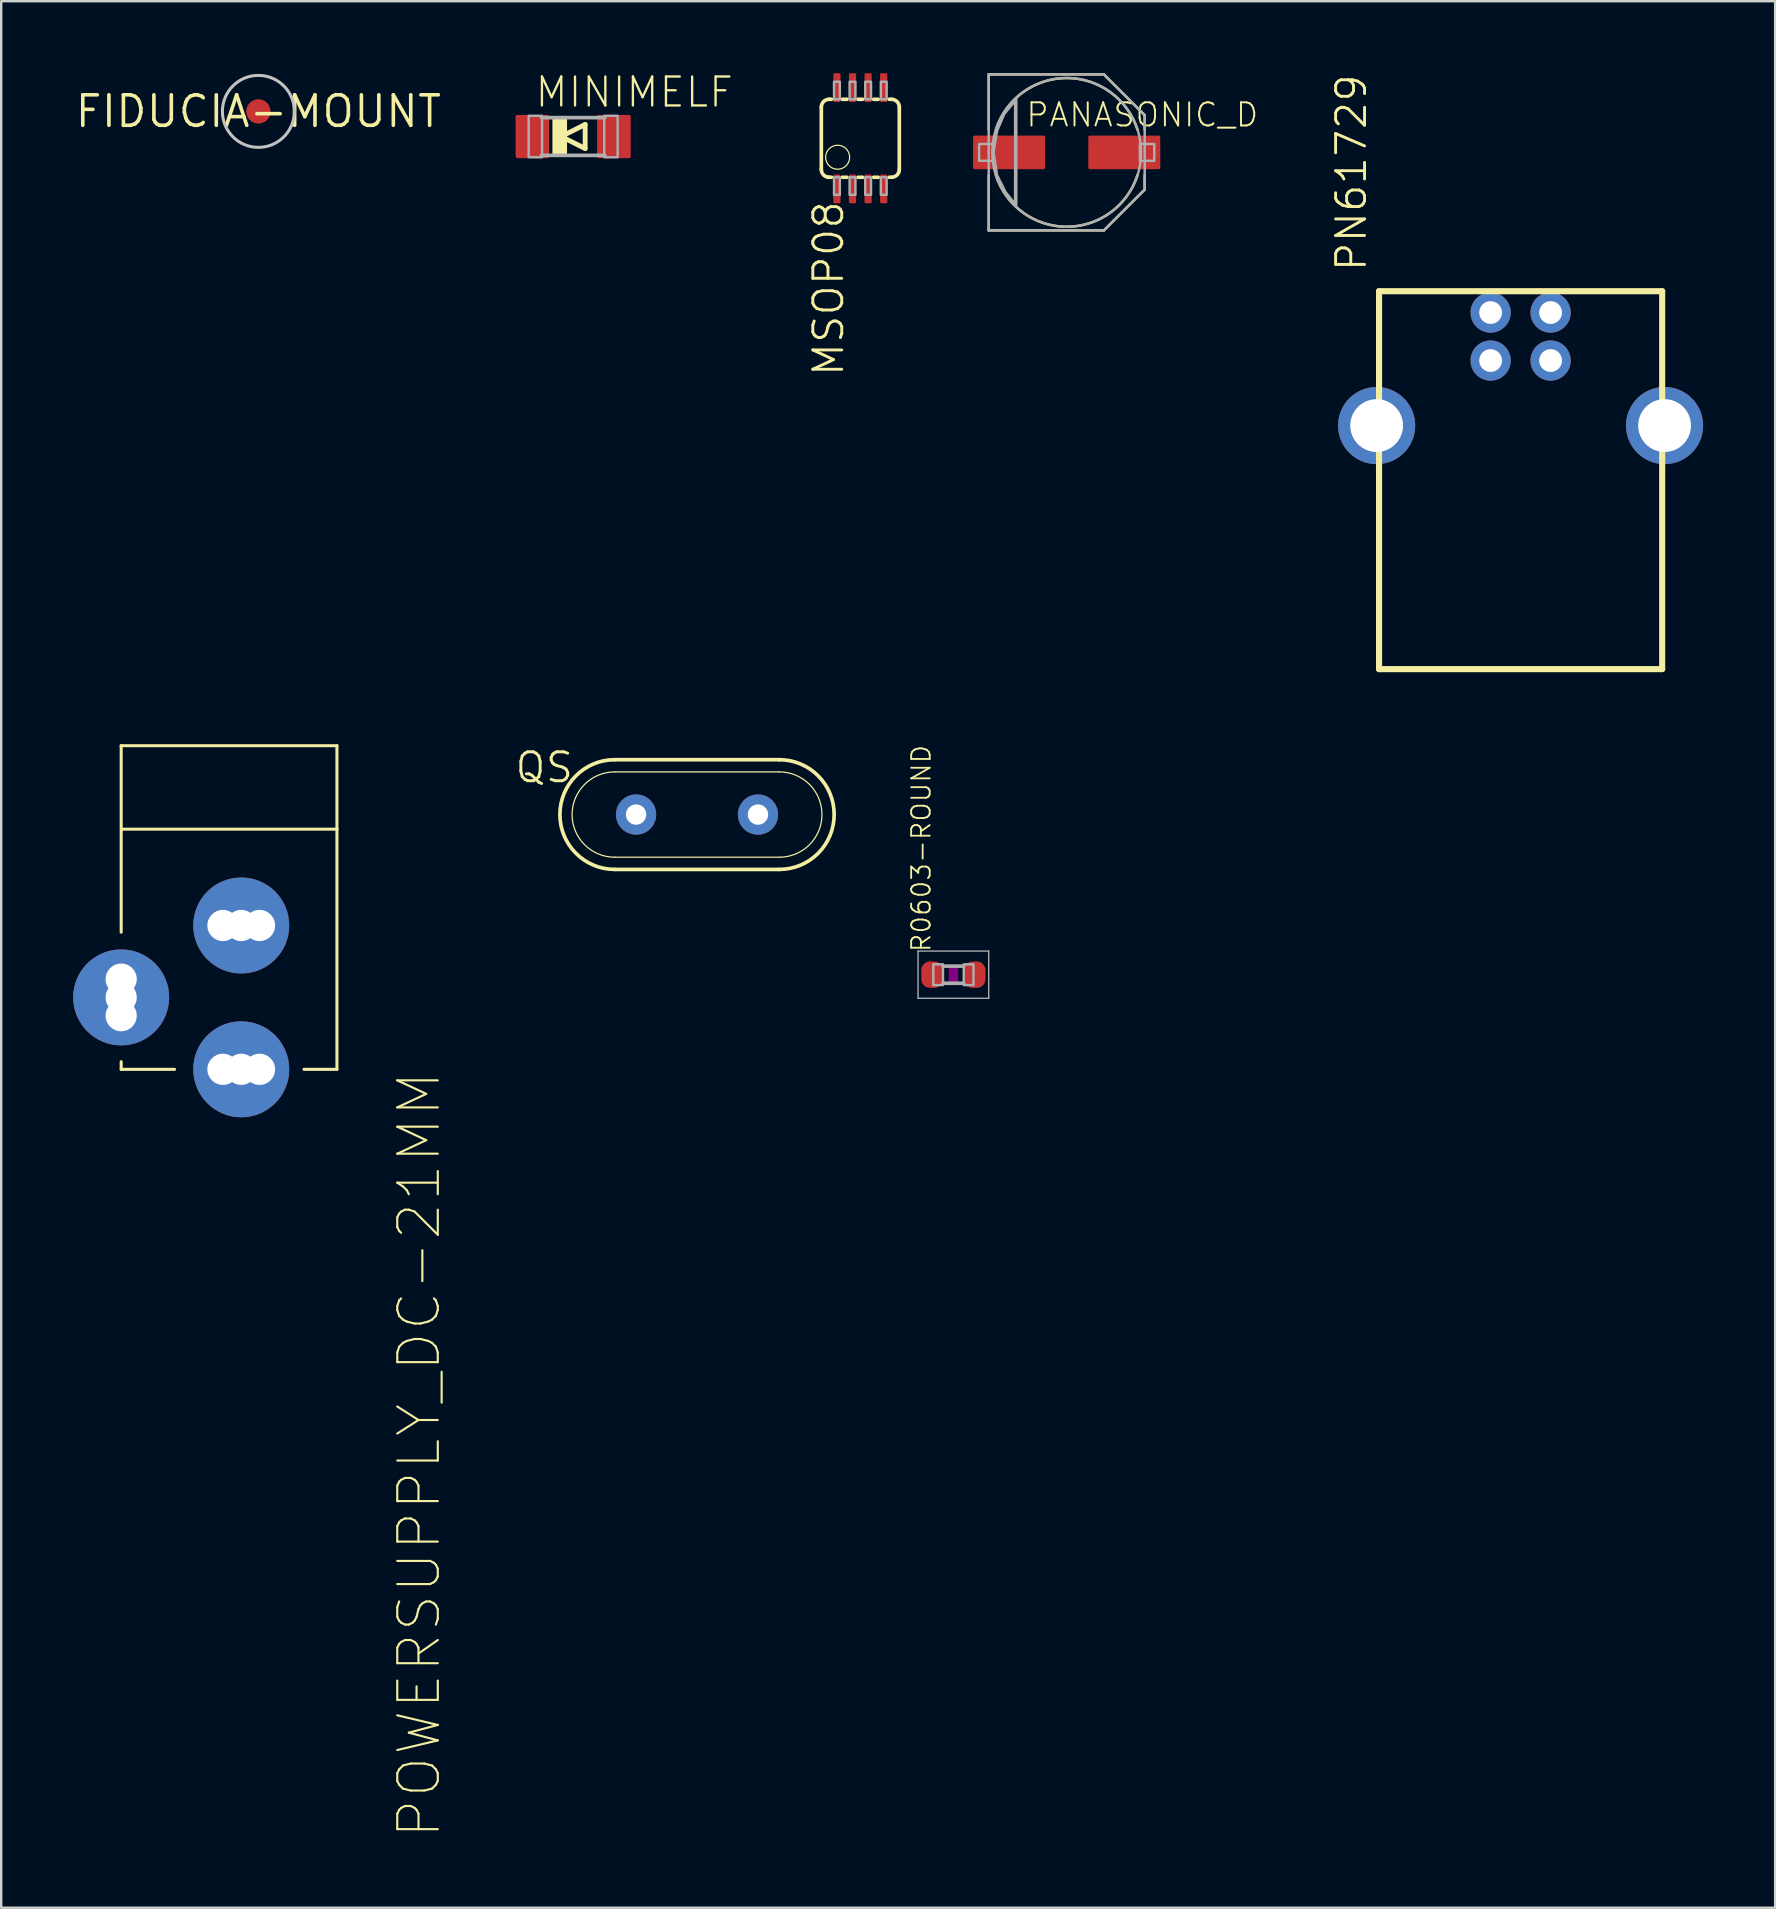
<source format=kicad_pcb>
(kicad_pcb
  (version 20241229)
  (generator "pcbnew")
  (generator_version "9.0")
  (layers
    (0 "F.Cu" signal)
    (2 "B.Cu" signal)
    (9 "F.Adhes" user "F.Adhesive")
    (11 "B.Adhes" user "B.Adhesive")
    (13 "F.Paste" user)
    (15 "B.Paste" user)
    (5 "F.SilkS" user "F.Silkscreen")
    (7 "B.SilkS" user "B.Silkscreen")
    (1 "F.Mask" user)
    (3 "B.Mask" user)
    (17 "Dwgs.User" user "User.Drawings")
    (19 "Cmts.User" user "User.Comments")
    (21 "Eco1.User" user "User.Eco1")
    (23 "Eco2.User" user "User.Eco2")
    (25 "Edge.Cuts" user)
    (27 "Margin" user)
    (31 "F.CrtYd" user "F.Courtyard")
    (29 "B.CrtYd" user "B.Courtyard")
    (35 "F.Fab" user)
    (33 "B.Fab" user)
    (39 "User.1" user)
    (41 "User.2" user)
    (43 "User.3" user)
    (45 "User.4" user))
  (footprint "R0603-ROUND"
    (layer "F.Cu")
    (at 36.683 37.57)
    (property "Reference" "R0603-ROUND" (at -0.889 -0.889 90) (layer "F.SilkS") (effects (font (size 0.772 0.772) (thickness 0.077)) (justify left bottom)))
    (attr through_hole)
    (fp_poly (pts (xy -0.2 0.4) (xy 0.2 0.4) (xy 0.2 -0.4) (xy -0.2 -0.4)) (stroke (width 0) (type solid)) (fill yes) (layer "F.Adhes"))
    (fp_line (start -1.473 -0.983) (end 1.473 -0.983) (stroke (width 0.051) (type solid)) (layer "Dwgs.User"))
    (fp_line (start -1.473 0.983) (end -1.473 -0.983) (stroke (width 0.051) (type solid)) (layer "Dwgs.User"))
    (fp_line (start 1.473 -0.983) (end 1.473 0.983) (stroke (width 0.051) (type solid)) (layer "Dwgs.User"))
    (fp_line (start 1.473 0.983) (end -1.473 0.983) (stroke (width 0.051) (type solid)) (layer "Dwgs.User"))
    (fp_line (start -0.432 0.356) (end 0.432 0.356) (stroke (width 0.152) (type solid)) (layer "F.Fab"))
    (fp_line (start 0.432 -0.356) (end -0.432 -0.356) (stroke (width 0.152) (type solid)) (layer "F.Fab"))
    (fp_poly (pts (xy -0.838 0.432) (xy -0.432 0.432) (xy -0.432 -0.432) (xy -0.838 -0.432)) (stroke (width 0.1) (type solid)) (fill no) (layer "F.Fab"))
    (fp_poly (pts (xy 0.432 0.432) (xy 0.838 0.432) (xy 0.838 -0.432) (xy 0.432 -0.432)) (stroke (width 0.1) (type solid)) (fill no) (layer "F.Fab"))
    (pad "1" smd roundrect (at -0.889 0) (size 0.898 1.1) (layers "F.Cu" "F.Mask" "F.Paste") (roundrect_rratio 0.4))
    (pad "2" smd roundrect (at 0.889 0) (size 0.898 1.1) (layers "F.Cu" "F.Mask" "F.Paste") (roundrect_rratio 0.4)))
  (footprint "FIDUCIA-MOUNT"
    (layer "F.Cu")
    (at 7.718 1.592)
    (property "Reference" "FIDUCIA-MOUNT" (at 0 0 0) (layer "F.SilkS") (effects (font (size 1.27 1.27) (thickness 0.15))))
    (attr through_hole)
    (fp_circle (center 0 0) (end 0.5 0) (stroke (width 2.184) (type solid)) (fill no) (layer "F.Mask"))
    (fp_circle (center 0 0) (end 1.5 0) (stroke (width 0.127) (type solid)) (fill no) (layer "Dwgs.User"))
    (pad "P$1" smd roundrect (at 0 0) (size 1.016 1.016) (layers "F.Cu" "F.Mask" "F.Paste") (roundrect_rratio 0.5)))
  (footprint "PANASONIC_D"
    (layer "F.Cu")
    (at 41.405 3.301)
    (property "Reference" "PANASONIC_D" (at -1.75 -1 0) (layer "F.SilkS") (effects (font (size 0.965 0.965) (thickness 0.081)) (justify left bottom)))
    (attr through_hole)
    (fp_line (start -3.25 -3.25) (end 1.55 -3.25) (stroke (width 0.102) (type solid)) (layer "F.SilkS"))
    (fp_line (start -3.25 -0.95) (end -3.25 -3.25) (stroke (width 0.102) (type solid)) (layer "F.SilkS"))
    (fp_line (start -3.25 3.25) (end -3.25 0.95) (stroke (width 0.102) (type solid)) (layer "F.SilkS"))
    (fp_line (start 1.55 -3.25) (end 3.25 -1.55) (stroke (width 0.102) (type solid)) (layer "F.SilkS"))
    (fp_line (start 1.55 3.25) (end -3.25 3.25) (stroke (width 0.102) (type solid)) (layer "F.SilkS"))
    (fp_line (start 3.25 -1.55) (end 3.25 -0.95) (stroke (width 0.102) (type solid)) (layer "F.SilkS"))
    (fp_line (start 3.25 0.95) (end 3.25 1.55) (stroke (width 0.102) (type solid)) (layer "F.SilkS"))
    (fp_line (start 3.25 1.55) (end 1.55 3.25) (stroke (width 0.102) (type solid)) (layer "F.SilkS"))
    (fp_arc (start -2.95 -0.95) (mid 0 -3.099193) (end 2.95 -0.95) (stroke (width 0.1016) (type solid)) (layer "F.SilkS"))
    (fp_arc (start 2.95 0.95) (mid 0 3.099193) (end -2.95 0.95) (stroke (width 0.1016) (type solid)) (layer "F.SilkS"))
    (fp_line (start -3.25 -3.25) (end 1.55 -3.25) (stroke (width 0.102) (type solid)) (layer "F.Fab"))
    (fp_line (start -3.25 3.25) (end -3.25 -3.25) (stroke (width 0.102) (type solid)) (layer "F.Fab"))
    (fp_line (start -2.1 -2.25) (end -2.1 2.2) (stroke (width 0.102) (type solid)) (layer "F.Fab"))
    (fp_line (start 1.55 -3.25) (end 3.25 -1.55) (stroke (width 0.102) (type solid)) (layer "F.Fab"))
    (fp_line (start 1.55 3.25) (end -3.25 3.25) (stroke (width 0.102) (type solid)) (layer "F.Fab"))
    (fp_line (start 3.25 -1.55) (end 3.25 1.55) (stroke (width 0.102) (type solid)) (layer "F.Fab"))
    (fp_line (start 3.25 1.55) (end 1.55 3.25) (stroke (width 0.102) (type solid)) (layer "F.Fab"))
    (fp_circle (center 0 0) (end 3.1 0) (stroke (width 0.102) (type solid)) (fill no) (layer "F.Fab"))
    (fp_poly (pts (xy -3.65 0.35) (xy -3.05 0.35) (xy -3.05 -0.35) (xy -3.65 -0.35)) (stroke (width 0.1) (type solid)) (fill no) (layer "F.Fab"))
    (fp_poly (pts (xy 3.05 0.35) (xy 3.65 0.35) (xy 3.65 -0.35) (xy 3.05 -0.35)) (stroke (width 0.1) (type solid)) (fill no) (layer "F.Fab"))
    (fp_poly (pts (xy -2.15 -2.15) (xy -2.6 -1.6) (xy -2.9 -0.9) (xy -3.05 0) (xy -2.9 0.95) (xy -2.55 1.65) (xy -2.15 2.15) (xy -2.15 -2.1)) (stroke (width 0.1) (type solid)) (fill no) (layer "F.Fab"))
    (pad "+" smd roundrect (at 2.4 0) (size 3 1.4) (layers "F.Cu" "F.Mask" "F.Paste") (roundrect_rratio 0.05))
    (pad "-" smd roundrect (at -2.4 0) (size 3 1.4) (layers "F.Cu" "F.Mask" "F.Paste") (roundrect_rratio 0.05)))
  (footprint "MSOP08"
    (layer "F.Cu")
    (at 32.805 2.712)
    (property "Reference" "MSOP08" (at -2.032 2.54 270) (layer "F.SilkS") (effects (font (size 1.206 1.206) (thickness 0.121)) (justify right top)))
    (attr through_hole)
    (fp_line (start -1.626 1.301) (end -1.626 -1.299) (stroke (width 0.152) (type solid)) (layer "F.SilkS"))
    (fp_line (start -1.341 1.626) (end -1.204 1.626) (stroke (width 0.152) (type solid)) (layer "F.SilkS"))
    (fp_line (start -1.301 -1.624) (end -1.204 -1.624) (stroke (width 0.152) (type solid)) (layer "F.SilkS"))
    (fp_line (start -0.747 -1.624) (end -0.554 -1.624) (stroke (width 0.152) (type solid)) (layer "F.SilkS"))
    (fp_line (start -0.747 1.626) (end -0.554 1.626) (stroke (width 0.152) (type solid)) (layer "F.SilkS"))
    (fp_line (start -0.097 -1.624) (end 0.096 -1.624) (stroke (width 0.152) (type solid)) (layer "F.SilkS"))
    (fp_line (start -0.097 1.626) (end 0.096 1.626) (stroke (width 0.152) (type solid)) (layer "F.SilkS"))
    (fp_line (start 0.553 -1.624) (end 0.746 -1.624) (stroke (width 0.152) (type solid)) (layer "F.SilkS"))
    (fp_line (start 0.553 1.626) (end 0.746 1.626) (stroke (width 0.152) (type solid)) (layer "F.SilkS"))
    (fp_line (start 1.203 -1.624) (end 1.299 -1.624) (stroke (width 0.152) (type solid)) (layer "F.SilkS"))
    (fp_line (start 1.203 1.626) (end 1.299 1.626) (stroke (width 0.152) (type solid)) (layer "F.SilkS"))
    (fp_line (start 1.624 -1.299) (end 1.624 1.301) (stroke (width 0.152) (type solid)) (layer "F.SilkS"))
    (fp_arc (start -1.626 -1.299) (mid -1.53081 -1.52881) (end -1.301 -1.624) (stroke (width 0.1524) (type solid)) (layer "F.SilkS"))
    (fp_arc (start -1.301 1.626) (mid -1.53081 1.53081) (end -1.626 1.301) (stroke (width 0.1524) (type solid)) (layer "F.SilkS"))
    (fp_arc (start 1.299 -1.624) (mid 1.52881 -1.52881) (end 1.624 -1.299) (stroke (width 0.1524) (type solid)) (layer "F.SilkS"))
    (fp_arc (start 1.624 1.301) (mid 1.52881 1.53081) (end 1.299 1.626) (stroke (width 0.1524) (type solid)) (layer "F.SilkS"))
    (fp_circle (center -0.946 0.791) (end -0.446 0.791) (stroke (width 0.051) (type solid)) (fill no) (layer "F.SilkS"))
    (fp_poly (pts (xy -1.097 -1.624) (xy -0.854 -1.624) (xy -0.854 -2.356) (xy -1.097 -2.356)) (stroke (width 0.1) (type solid)) (fill no) (layer "F.Fab"))
    (fp_poly (pts (xy -1.097 2.357) (xy -0.854 2.357) (xy -0.854 1.626) (xy -1.097 1.626)) (stroke (width 0.1) (type solid)) (fill no) (layer "F.Fab"))
    (fp_poly (pts (xy -0.448 -1.624) (xy -0.204 -1.624) (xy -0.204 -2.356) (xy -0.448 -2.356)) (stroke (width 0.1) (type solid)) (fill no) (layer "F.Fab"))
    (fp_poly (pts (xy -0.448 2.357) (xy -0.204 2.357) (xy -0.204 1.626) (xy -0.448 1.626)) (stroke (width 0.1) (type solid)) (fill no) (layer "F.Fab"))
    (fp_poly (pts (xy 0.203 -1.624) (xy 0.446 -1.624) (xy 0.446 -2.356) (xy 0.203 -2.356)) (stroke (width 0.1) (type solid)) (fill no) (layer "F.Fab"))
    (fp_poly (pts (xy 0.203 2.357) (xy 0.446 2.357) (xy 0.446 1.626) (xy 0.203 1.626)) (stroke (width 0.1) (type solid)) (fill no) (layer "F.Fab"))
    (fp_poly (pts (xy 0.853 -1.624) (xy 1.096 -1.624) (xy 1.096 -2.356) (xy 0.853 -2.356)) (stroke (width 0.1) (type solid)) (fill no) (layer "F.Fab"))
    (fp_poly (pts (xy 0.853 2.357) (xy 1.096 2.357) (xy 1.096 1.626) (xy 0.853 1.626)) (stroke (width 0.1) (type solid)) (fill no) (layer "F.Fab"))
    (pad "1" smd roundrect (at -0.976 2.113) (size 0.3 1.2) (layers "F.Cu" "F.Mask" "F.Paste") (roundrect_rratio 0.169))
    (pad "2" smd roundrect (at -0.326 2.113) (size 0.3 1.2) (layers "F.Cu" "F.Mask" "F.Paste") (roundrect_rratio 0.169))
    (pad "3" smd roundrect (at 0.324 2.113) (size 0.3 1.2) (layers "F.Cu" "F.Mask" "F.Paste") (roundrect_rratio 0.169))
    (pad "4" smd roundrect (at 0.974 2.113) (size 0.3 1.2) (layers "F.Cu" "F.Mask" "F.Paste") (roundrect_rratio 0.169))
    (pad "5" smd roundrect (at 0.974 -2.112) (size 0.3 1.2) (layers "F.Cu" "F.Mask" "F.Paste") (roundrect_rratio 0.169))
    (pad "6" smd roundrect (at 0.324 -2.112) (size 0.3 1.2) (layers "F.Cu" "F.Mask" "F.Paste") (roundrect_rratio 0.169))
    (pad "7" smd roundrect (at -0.326 -2.112) (size 0.3 1.2) (layers "F.Cu" "F.Mask" "F.Paste") (roundrect_rratio 0.169))
    (pad "8" smd roundrect (at -0.976 -2.112) (size 0.3 1.2) (layers "F.Cu" "F.Mask" "F.Paste") (roundrect_rratio 0.169)))
  (footprint "QS"
    (layer "F.Cu")
    (at 25.999 30.897)
    (property "Reference" "QS" (at -5.08 -2.667 180) (layer "F.SilkS") (effects (font (size 1.206 1.206) (thickness 0.121)) (justify right top)))
    (attr through_hole)
    (fp_line (start -3.429 1.778) (end 3.429 1.778) (stroke (width 0.051) (type solid)) (layer "F.SilkS"))
    (fp_line (start -3.429 2.286) (end 3.429 2.286) (stroke (width 0.152) (type solid)) (layer "F.SilkS"))
    (fp_line (start 3.429 -2.286) (end -3.429 -2.286) (stroke (width 0.152) (type solid)) (layer "F.SilkS"))
    (fp_line (start 3.429 -1.778) (end -3.429 -1.778) (stroke (width 0.051) (type solid)) (layer "F.SilkS"))
    (fp_arc (start -3.429 1.778) (mid -5.207 0) (end -3.429 -1.778) (stroke (width 0.0508) (type solid)) (layer "F.SilkS"))
    (fp_arc (start -3.429 2.286) (mid -5.715 0) (end -3.429 -2.286) (stroke (width 0.1524) (type solid)) (layer "F.SilkS"))
    (fp_arc (start 3.429 -2.286) (mid 5.715 0) (end 3.429 2.286) (stroke (width 0.1524) (type solid)) (layer "F.SilkS"))
    (fp_arc (start 3.429 -1.778) (mid 5.207 0) (end 3.429 1.778) (stroke (width 0.0508) (type solid)) (layer "F.SilkS"))
    (pad "1" thru_hole circle (at -2.54 0 90) (size 1.676 1.676) (drill 0.85) (layers "*.Cu" "*.Mask"))
    (pad "2" thru_hole circle (at 2.54 0 90) (size 1.676 1.676) (drill 0.85) (layers "*.Cu" "*.Mask")))
  (footprint "PN61729"
    (layer "F.Cu")
    (at 60.322 14.686)
    (property "Reference" "PN61729" (at -6.35 -6.35 90) (layer "F.SilkS") (effects (font (size 1.206 1.206) (thickness 0.121)) (justify left bottom)))
    (attr through_hole)
    (fp_line (start -5.9 -5.6) (end -5.9 10.15) (stroke (width 0.254) (type solid)) (layer "F.SilkS"))
    (fp_line (start -5.9 10.15) (end 5.9 10.15) (stroke (width 0.254) (type solid)) (layer "F.SilkS"))
    (fp_line (start 5.9 -5.6) (end -5.9 -5.6) (stroke (width 0.254) (type solid)) (layer "F.SilkS"))
    (fp_line (start 5.9 10.15) (end 5.9 -5.6) (stroke (width 0.254) (type solid)) (layer "F.SilkS"))
    (pad "1" thru_hole circle (at 1.25 -4.71) (size 1.676 1.676) (drill 0.95) (layers "*.Cu" "*.Mask"))
    (pad "2" thru_hole circle (at -1.25 -4.71) (size 1.676 1.676) (drill 0.95) (layers "*.Cu" "*.Mask"))
    (pad "3" thru_hole circle (at -1.25 -2.71) (size 1.676 1.676) (drill 0.95) (layers "*.Cu" "*.Mask"))
    (pad "4" thru_hole circle (at 1.25 -2.71) (size 1.676 1.676) (drill 0.95) (layers "*.Cu" "*.Mask"))
    (pad "P$1" thru_hole circle (at -6 0) (size 3.216 3.216) (drill 2.2) (layers "*.Cu" "*.Mask"))
    (pad "P$2" thru_hole circle (at 6 0) (size 3.216 3.216) (drill 2.2) (layers "*.Cu" "*.Mask")))
  (footprint "MINIMELF"
    (layer "F.Cu")
    (at 20.836 2.639)
    (property "Reference" "MINIMELF" (at -1.651 -1.143 0) (layer "F.SilkS") (effects (font (size 1.206 1.206) (thickness 0.097)) (justify left bottom)))
    (attr through_hole)
    (fp_line (start -0.5 0) (end 0.5 0.5) (stroke (width 0.203) (type solid)) (layer "F.SilkS"))
    (fp_line (start 0.5 -0.5) (end -0.5 0) (stroke (width 0.203) (type solid)) (layer "F.SilkS"))
    (fp_line (start 0.5 0.5) (end 0.5 -0.5) (stroke (width 0.203) (type solid)) (layer "F.SilkS"))
    (fp_poly (pts (xy -0.864 0.787) (xy -0.254 0.787) (xy -0.254 -0.787) (xy -0.864 -0.787)) (stroke (width 0) (type solid)) (fill yes) (layer "F.SilkS"))
    (fp_line (start 1.321 -0.787) (end -1.321 -0.787) (stroke (width 0.152) (type solid)) (layer "F.Fab"))
    (fp_line (start 1.321 0.787) (end -1.321 0.787) (stroke (width 0.152) (type solid)) (layer "F.Fab"))
    (fp_poly (pts (xy -1.854 0.864) (xy -1.295 0.864) (xy -1.295 -0.864) (xy -1.854 -0.864)) (stroke (width 0.1) (type solid)) (fill no) (layer "F.Fab"))
    (fp_poly (pts (xy 1.295 0.864) (xy 1.854 0.864) (xy 1.854 -0.864) (xy 1.295 -0.864)) (stroke (width 0.1) (type solid)) (fill no) (layer "F.Fab"))
    (pad "A" smd roundrect (at 1.7 0) (size 1.4 1.8) (layers "F.Cu" "F.Mask" "F.Paste") (roundrect_rratio 0.05))
    (pad "C" smd roundrect (at -1.7 0) (size 1.4 1.8) (layers "F.Cu" "F.Mask" "F.Paste") (roundrect_rratio 0.05)))
  (footprint "POWERSUPPLY_DC-21MM"
    (layer "F.Cu")
    (at 7.08 35.164)
    (property "Reference" "POWERSUPPLY_DC-21MM" (at 6.35 6.35 90) (layer "F.SilkS") (effects (font (size 1.689 1.689) (thickness 0.089)) (justify right top)))
    (attr through_hole)
    (fp_line (start -5.08 -7.137) (end -5.08 0.635) (stroke (width 0.127) (type solid)) (layer "F.SilkS"))
    (fp_line (start -5.08 6.35) (end -5.08 6.032) (stroke (width 0.127) (type solid)) (layer "F.SilkS"))
    (fp_line (start -5.055 -3.658) (end 3.912 -3.658) (stroke (width 0.127) (type solid)) (layer "F.SilkS"))
    (fp_line (start -2.857 6.35) (end -5.08 6.35) (stroke (width 0.127) (type solid)) (layer "F.SilkS"))
    (fp_line (start 2.54 6.35) (end 3.912 6.35) (stroke (width 0.127) (type solid)) (layer "F.SilkS"))
    (fp_line (start 3.912 -7.137) (end -5.08 -7.137) (stroke (width 0.127) (type solid)) (layer "F.SilkS"))
    (fp_line (start 3.912 -3.658) (end 3.912 -7.137) (stroke (width 0.127) (type solid)) (layer "F.SilkS"))
    (fp_line (start 3.912 6.35) (end 3.912 -3.658) (stroke (width 0.127) (type solid)) (layer "F.SilkS"))
    (pad "1" thru_hole circle (at -5.08 3.353 90) (size 4 4) (drill 1.3) (layers "*.Cu" "*.Mask"))
    (pad "2" thru_hole circle (at -0.076 6.35) (size 4 4) (drill 1.3) (layers "*.Cu" "*.Mask"))
    (pad "3" thru_hole circle (at -0.076 0.356) (size 4 4) (drill 1.3) (layers "*.Cu" "*.Mask"))
    (pad "4" thru_hole circle (at -5.08 4.115) (size 1.95 1.95) (drill 1.3) (layers "*.Cu" "*.Mask"))
    (pad "5" thru_hole circle (at -5.08 2.591) (size 1.95 1.95) (drill 1.3) (layers "*.Cu" "*.Mask"))
    (pad "6" thru_hole circle (at -0.838 0.356) (size 1.95 1.95) (drill 1.3) (layers "*.Cu" "*.Mask"))
    (pad "7" thru_hole circle (at 0.686 0.356) (size 1.95 1.95) (drill 1.3) (layers "*.Cu" "*.Mask"))
    (pad "8" thru_hole circle (at -0.838 6.35) (size 1.95 1.95) (drill 1.3) (layers "*.Cu" "*.Mask"))
    (pad "9" thru_hole circle (at 0.686 6.35) (size 1.95 1.95) (drill 1.3) (layers "*.Cu" "*.Mask")))
  (gr_rect
    (start -3 -3)
    (end 70.93 76.456)
    (stroke (width 0.1) (type default))
    (fill no)
    (layer "Edge.Cuts")))
</source>
